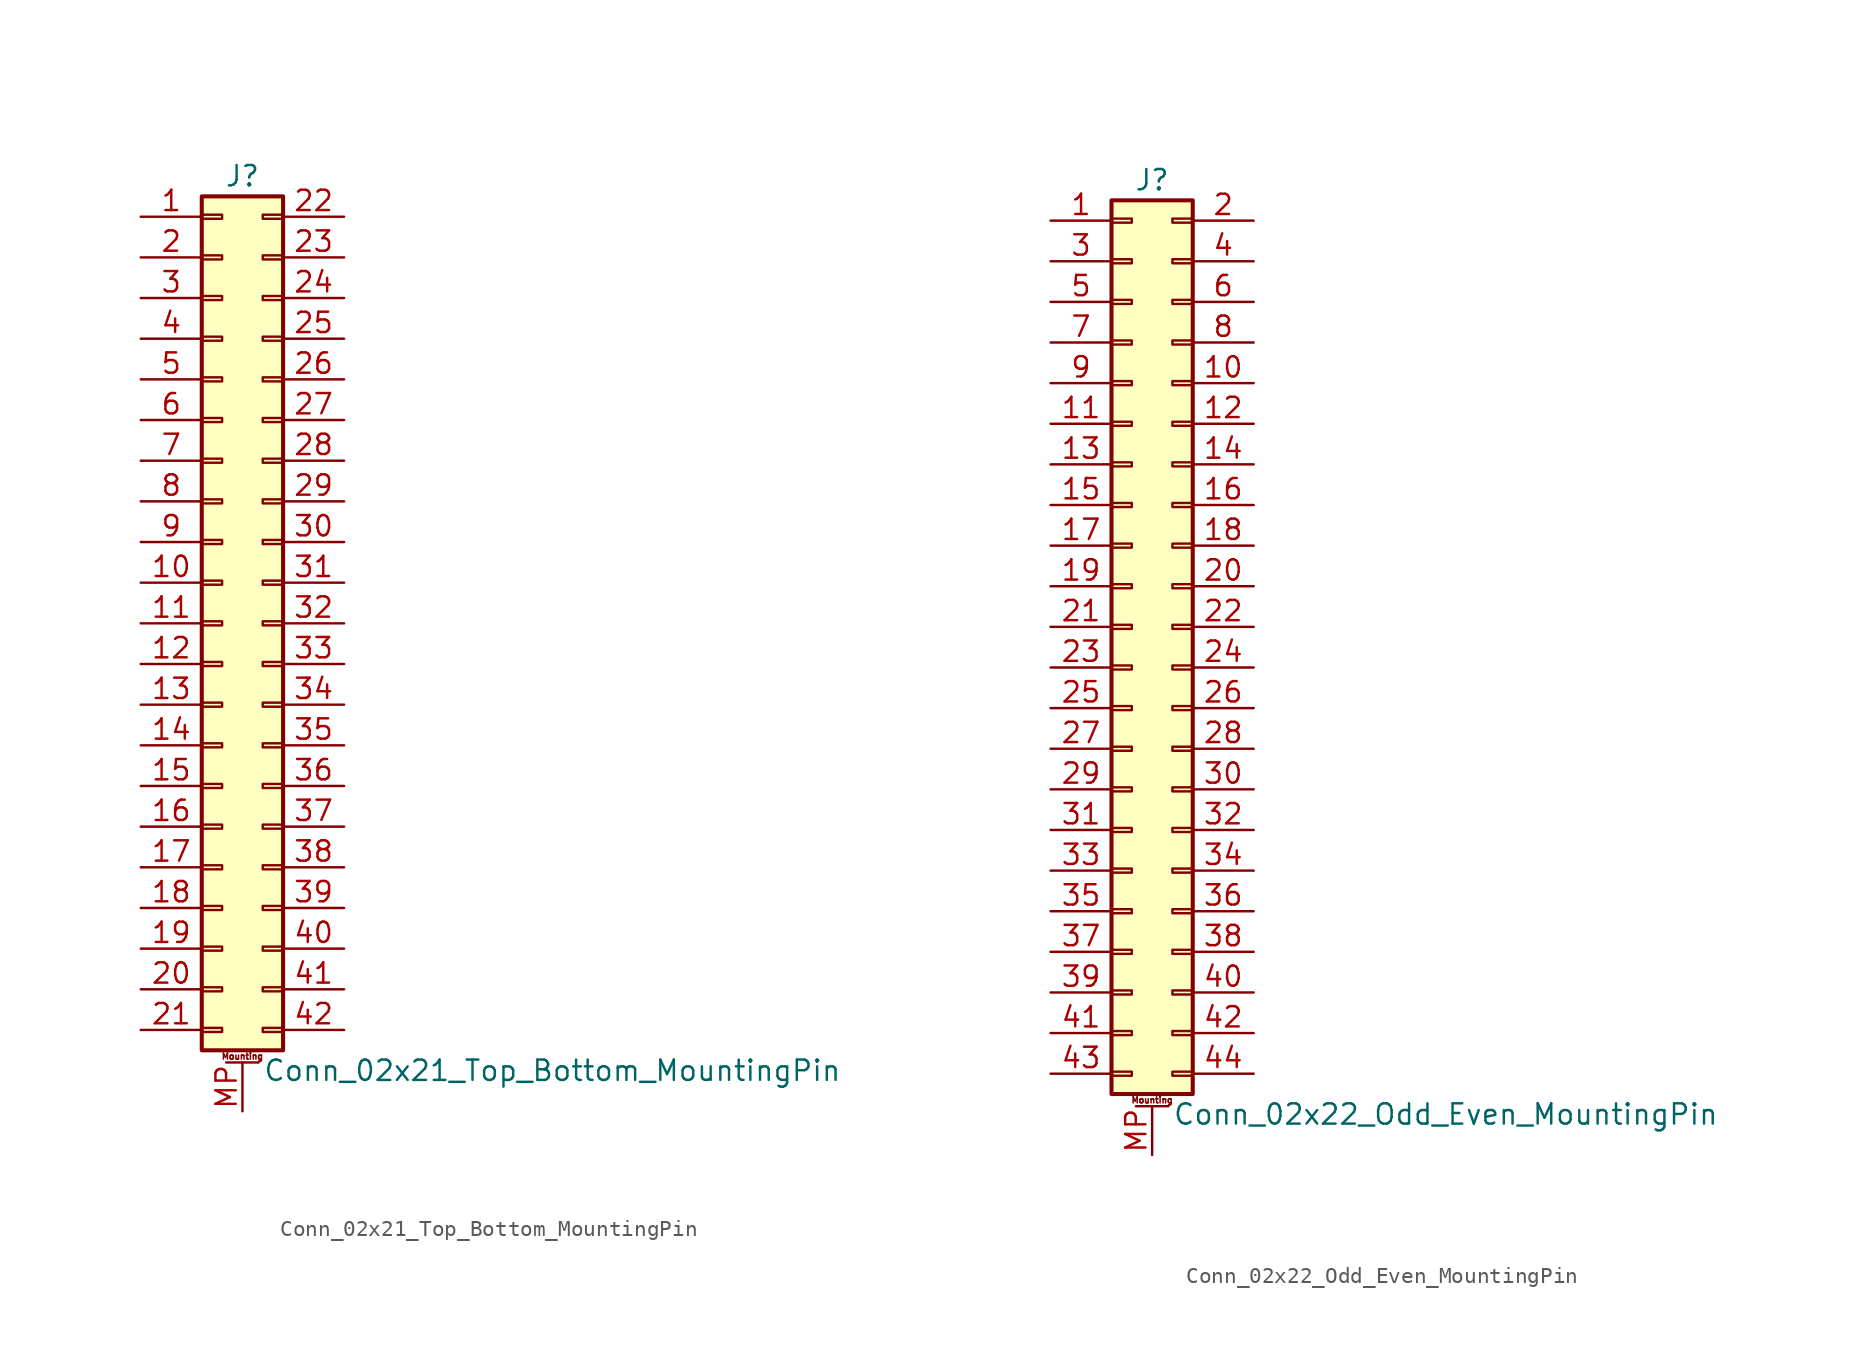
<source format=kicad_sym>
(kicad_symbol_lib
  (version 20201005)
  (generator kicad_symbol_editor)
  (symbol "Connector_Generic_MountingPin:Conn_02x21_Top_Bottom_MountingPin"
    (pin_names
      (offset 1.016) hide)
    (property "Reference" "J"
      (at 1.27 27.94 0)
      (effects (font (size 1.27 1.27))))
    (property "Value" "Conn_02x21_Top_Bottom_MountingPin"
      (at 2.54 -27.94 0)
      (effects (font (size 1.27 1.27)) (justify left)))
    (symbol "Conn_02x21_Top_Bottom_MountingPin_1_1"
      (text "Mounting" (at 1.27 -27.051 0) (effects (font (size 0.381 0.381))))
      (rectangle (start -1.27 -4.953) (end 0 -5.207) (stroke (width 0.152)) (fill (type none)))
      (rectangle (start -1.27 -7.493) (end 0 -7.747) (stroke (width 0.152)) (fill (type none)))
      (rectangle (start -1.27 -10.033) (end 0 -10.287) (stroke (width 0.152)) (fill (type none)))
      (rectangle (start -1.27 -12.573) (end 0 -12.827) (stroke (width 0.152)) (fill (type none)))
      (rectangle (start -1.27 -15.113) (end 0 -15.367) (stroke (width 0.152)) (fill (type none)))
      (rectangle (start -1.27 -17.653) (end 0 -17.907) (stroke (width 0.152)) (fill (type none)))
      (rectangle (start -1.27 -20.193) (end 0 -20.447) (stroke (width 0.152)) (fill (type none)))
      (rectangle (start -1.27 -22.733) (end 0 -22.987) (stroke (width 0.152)) (fill (type none)))
      (rectangle (start -1.27 -2.413) (end 0 -2.667) (stroke (width 0.152)) (fill (type none)))
      (rectangle (start -1.27 -25.273) (end 0 -25.527) (stroke (width 0.152)) (fill (type none)))
      (rectangle (start -1.27 25.527) (end 0 25.273) (stroke (width 0.152)) (fill (type none)))
      (rectangle (start -1.27 2.667) (end 0 2.413) (stroke (width 0.152)) (fill (type none)))
      (rectangle (start -1.27 26.67) (end 3.81 -26.67) (stroke (width 0.254)) (fill (type background)))
      (rectangle (start -1.27 5.207) (end 0 4.953) (stroke (width 0.152)) (fill (type none)))
      (rectangle (start -1.27 7.747) (end 0 7.493) (stroke (width 0.152)) (fill (type none)))
      (rectangle (start -1.27 10.287) (end 0 10.033) (stroke (width 0.152)) (fill (type none)))
      (rectangle (start -1.27 0.127) (end 0 -0.127) (stroke (width 0.152)) (fill (type none)))
      (rectangle (start -1.27 12.827) (end 0 12.573) (stroke (width 0.152)) (fill (type none)))
      (rectangle (start -1.27 15.367) (end 0 15.113) (stroke (width 0.152)) (fill (type none)))
      (rectangle (start -1.27 17.907) (end 0 17.653) (stroke (width 0.152)) (fill (type none)))
      (rectangle (start -1.27 20.447) (end 0 20.193) (stroke (width 0.152)) (fill (type none)))
      (rectangle (start -1.27 22.987) (end 0 22.733) (stroke (width 0.152)) (fill (type none)))
      (rectangle (start 3.81 -4.953) (end 2.54 -5.207) (stroke (width 0.152)) (fill (type none)))
      (rectangle (start 3.81 -7.493) (end 2.54 -7.747) (stroke (width 0.152)) (fill (type none)))
      (rectangle (start 3.81 -10.033) (end 2.54 -10.287) (stroke (width 0.152)) (fill (type none)))
      (rectangle (start 3.81 -12.573) (end 2.54 -12.827) (stroke (width 0.152)) (fill (type none)))
      (rectangle (start 3.81 -15.113) (end 2.54 -15.367) (stroke (width 0.152)) (fill (type none)))
      (rectangle (start 3.81 -17.653) (end 2.54 -17.907) (stroke (width 0.152)) (fill (type none)))
      (rectangle (start 3.81 -20.193) (end 2.54 -20.447) (stroke (width 0.152)) (fill (type none)))
      (rectangle (start 3.81 -22.733) (end 2.54 -22.987) (stroke (width 0.152)) (fill (type none)))
      (rectangle (start 3.81 -2.413) (end 2.54 -2.667) (stroke (width 0.152)) (fill (type none)))
      (rectangle (start 3.81 -25.273) (end 2.54 -25.527) (stroke (width 0.152)) (fill (type none)))
      (rectangle (start 3.81 25.527) (end 2.54 25.273) (stroke (width 0.152)) (fill (type none)))
      (rectangle (start 3.81 2.667) (end 2.54 2.413) (stroke (width 0.152)) (fill (type none)))
      (rectangle (start 3.81 5.207) (end 2.54 4.953) (stroke (width 0.152)) (fill (type none)))
      (rectangle (start 3.81 7.747) (end 2.54 7.493) (stroke (width 0.152)) (fill (type none)))
      (rectangle (start 3.81 10.287) (end 2.54 10.033) (stroke (width 0.152)) (fill (type none)))
      (rectangle (start 3.81 0.127) (end 2.54 -0.127) (stroke (width 0.152)) (fill (type none)))
      (rectangle (start 3.81 12.827) (end 2.54 12.573) (stroke (width 0.152)) (fill (type none)))
      (rectangle (start 3.81 15.367) (end 2.54 15.113) (stroke (width 0.152)) (fill (type none)))
      (rectangle (start 3.81 17.907) (end 2.54 17.653) (stroke (width 0.152)) (fill (type none)))
      (rectangle (start 3.81 20.447) (end 2.54 20.193) (stroke (width 0.152)) (fill (type none)))
      (rectangle (start 3.81 22.987) (end 2.54 22.733) (stroke (width 0.152)) (fill (type none)))
      (polyline (pts (xy 0.254 -27.432) (xy 2.286 -27.432)) (stroke (width 0.152)) (fill (type none)))
      (pin passive line (at 1.27 -30.48 90) (length 3.048) (name "MountPin" (effects (font (size 1.27 1.27)))) (number "MP" (effects (font (size 1.27 1.27)))))
      (pin passive line (at -5.08 25.4 0) (length 3.81) (name "Pin_1" (effects (font (size 1.27 1.27)))) (number "1" (effects (font (size 1.27 1.27)))))
      (pin passive line (at -5.08 2.54 0) (length 3.81) (name "Pin_10" (effects (font (size 1.27 1.27)))) (number "10" (effects (font (size 1.27 1.27)))))
      (pin passive line (at -5.08 0 0) (length 3.81) (name "Pin_11" (effects (font (size 1.27 1.27)))) (number "11" (effects (font (size 1.27 1.27)))))
      (pin passive line (at -5.08 -2.54 0) (length 3.81) (name "Pin_12" (effects (font (size 1.27 1.27)))) (number "12" (effects (font (size 1.27 1.27)))))
      (pin passive line (at -5.08 -5.08 0) (length 3.81) (name "Pin_13" (effects (font (size 1.27 1.27)))) (number "13" (effects (font (size 1.27 1.27)))))
      (pin passive line (at -5.08 -7.62 0) (length 3.81) (name "Pin_14" (effects (font (size 1.27 1.27)))) (number "14" (effects (font (size 1.27 1.27)))))
      (pin passive line (at -5.08 -10.16 0) (length 3.81) (name "Pin_15" (effects (font (size 1.27 1.27)))) (number "15" (effects (font (size 1.27 1.27)))))
      (pin passive line (at -5.08 -12.7 0) (length 3.81) (name "Pin_16" (effects (font (size 1.27 1.27)))) (number "16" (effects (font (size 1.27 1.27)))))
      (pin passive line (at -5.08 -15.24 0) (length 3.81) (name "Pin_17" (effects (font (size 1.27 1.27)))) (number "17" (effects (font (size 1.27 1.27)))))
      (pin passive line (at -5.08 -17.78 0) (length 3.81) (name "Pin_18" (effects (font (size 1.27 1.27)))) (number "18" (effects (font (size 1.27 1.27)))))
      (pin passive line (at -5.08 -20.32 0) (length 3.81) (name "Pin_19" (effects (font (size 1.27 1.27)))) (number "19" (effects (font (size 1.27 1.27)))))
      (pin passive line (at -5.08 22.86 0) (length 3.81) (name "Pin_2" (effects (font (size 1.27 1.27)))) (number "2" (effects (font (size 1.27 1.27)))))
      (pin passive line (at -5.08 -22.86 0) (length 3.81) (name "Pin_20" (effects (font (size 1.27 1.27)))) (number "20" (effects (font (size 1.27 1.27)))))
      (pin passive line (at -5.08 -25.4 0) (length 3.81) (name "Pin_21" (effects (font (size 1.27 1.27)))) (number "21" (effects (font (size 1.27 1.27)))))
      (pin passive line (at 7.62 25.4 180) (length 3.81) (name "Pin_22" (effects (font (size 1.27 1.27)))) (number "22" (effects (font (size 1.27 1.27)))))
      (pin passive line (at 7.62 22.86 180) (length 3.81) (name "Pin_23" (effects (font (size 1.27 1.27)))) (number "23" (effects (font (size 1.27 1.27)))))
      (pin passive line (at 7.62 20.32 180) (length 3.81) (name "Pin_24" (effects (font (size 1.27 1.27)))) (number "24" (effects (font (size 1.27 1.27)))))
      (pin passive line (at 7.62 17.78 180) (length 3.81) (name "Pin_25" (effects (font (size 1.27 1.27)))) (number "25" (effects (font (size 1.27 1.27)))))
      (pin passive line (at 7.62 15.24 180) (length 3.81) (name "Pin_26" (effects (font (size 1.27 1.27)))) (number "26" (effects (font (size 1.27 1.27)))))
      (pin passive line (at 7.62 12.7 180) (length 3.81) (name "Pin_27" (effects (font (size 1.27 1.27)))) (number "27" (effects (font (size 1.27 1.27)))))
      (pin passive line (at 7.62 10.16 180) (length 3.81) (name "Pin_28" (effects (font (size 1.27 1.27)))) (number "28" (effects (font (size 1.27 1.27)))))
      (pin passive line (at 7.62 7.62 180) (length 3.81) (name "Pin_29" (effects (font (size 1.27 1.27)))) (number "29" (effects (font (size 1.27 1.27)))))
      (pin passive line (at -5.08 20.32 0) (length 3.81) (name "Pin_3" (effects (font (size 1.27 1.27)))) (number "3" (effects (font (size 1.27 1.27)))))
      (pin passive line (at 7.62 5.08 180) (length 3.81) (name "Pin_30" (effects (font (size 1.27 1.27)))) (number "30" (effects (font (size 1.27 1.27)))))
      (pin passive line (at 7.62 2.54 180) (length 3.81) (name "Pin_31" (effects (font (size 1.27 1.27)))) (number "31" (effects (font (size 1.27 1.27)))))
      (pin passive line (at 7.62 0 180) (length 3.81) (name "Pin_32" (effects (font (size 1.27 1.27)))) (number "32" (effects (font (size 1.27 1.27)))))
      (pin passive line (at 7.62 -2.54 180) (length 3.81) (name "Pin_33" (effects (font (size 1.27 1.27)))) (number "33" (effects (font (size 1.27 1.27)))))
      (pin passive line (at 7.62 -5.08 180) (length 3.81) (name "Pin_34" (effects (font (size 1.27 1.27)))) (number "34" (effects (font (size 1.27 1.27)))))
      (pin passive line (at 7.62 -7.62 180) (length 3.81) (name "Pin_35" (effects (font (size 1.27 1.27)))) (number "35" (effects (font (size 1.27 1.27)))))
      (pin passive line (at 7.62 -10.16 180) (length 3.81) (name "Pin_36" (effects (font (size 1.27 1.27)))) (number "36" (effects (font (size 1.27 1.27)))))
      (pin passive line (at 7.62 -12.7 180) (length 3.81) (name "Pin_37" (effects (font (size 1.27 1.27)))) (number "37" (effects (font (size 1.27 1.27)))))
      (pin passive line (at 7.62 -15.24 180) (length 3.81) (name "Pin_38" (effects (font (size 1.27 1.27)))) (number "38" (effects (font (size 1.27 1.27)))))
      (pin passive line (at 7.62 -17.78 180) (length 3.81) (name "Pin_39" (effects (font (size 1.27 1.27)))) (number "39" (effects (font (size 1.27 1.27)))))
      (pin passive line (at -5.08 17.78 0) (length 3.81) (name "Pin_4" (effects (font (size 1.27 1.27)))) (number "4" (effects (font (size 1.27 1.27)))))
      (pin passive line (at 7.62 -20.32 180) (length 3.81) (name "Pin_40" (effects (font (size 1.27 1.27)))) (number "40" (effects (font (size 1.27 1.27)))))
      (pin passive line (at 7.62 -22.86 180) (length 3.81) (name "Pin_41" (effects (font (size 1.27 1.27)))) (number "41" (effects (font (size 1.27 1.27)))))
      (pin passive line (at 7.62 -25.4 180) (length 3.81) (name "Pin_42" (effects (font (size 1.27 1.27)))) (number "42" (effects (font (size 1.27 1.27)))))
      (pin passive line (at -5.08 15.24 0) (length 3.81) (name "Pin_5" (effects (font (size 1.27 1.27)))) (number "5" (effects (font (size 1.27 1.27)))))
      (pin passive line (at -5.08 12.7 0) (length 3.81) (name "Pin_6" (effects (font (size 1.27 1.27)))) (number "6" (effects (font (size 1.27 1.27)))))
      (pin passive line (at -5.08 10.16 0) (length 3.81) (name "Pin_7" (effects (font (size 1.27 1.27)))) (number "7" (effects (font (size 1.27 1.27)))))
      (pin passive line (at -5.08 7.62 0) (length 3.81) (name "Pin_8" (effects (font (size 1.27 1.27)))) (number "8" (effects (font (size 1.27 1.27)))))
      (pin passive line (at -5.08 5.08 0) (length 3.81) (name "Pin_9" (effects (font (size 1.27 1.27)))) (number "9" (effects (font (size 1.27 1.27)))))))
  (symbol "Connector_Generic_MountingPin:Conn_02x22_Odd_Even_MountingPin"
    (pin_names
      (offset 1.016) hide)
    (property "Reference" "J"
      (at 1.27 27.94 0)
      (effects (font (size 1.27 1.27))))
    (property "Value" "Conn_02x22_Odd_Even_MountingPin"
      (at 2.54 -30.48 0)
      (effects (font (size 1.27 1.27)) (justify left)))
    (symbol "Conn_02x22_Odd_Even_MountingPin_1_1"
      (text "Mounting" (at 1.27 -29.591 0) (effects (font (size 0.381 0.381))))
      (rectangle (start -1.27 -27.813) (end 0 -28.067) (stroke (width 0.152)) (fill (type none)))
      (rectangle (start -1.27 -4.953) (end 0 -5.207) (stroke (width 0.152)) (fill (type none)))
      (rectangle (start -1.27 -7.493) (end 0 -7.747) (stroke (width 0.152)) (fill (type none)))
      (rectangle (start -1.27 -10.033) (end 0 -10.287) (stroke (width 0.152)) (fill (type none)))
      (rectangle (start -1.27 -12.573) (end 0 -12.827) (stroke (width 0.152)) (fill (type none)))
      (rectangle (start -1.27 -15.113) (end 0 -15.367) (stroke (width 0.152)) (fill (type none)))
      (rectangle (start -1.27 -17.653) (end 0 -17.907) (stroke (width 0.152)) (fill (type none)))
      (rectangle (start -1.27 -20.193) (end 0 -20.447) (stroke (width 0.152)) (fill (type none)))
      (rectangle (start -1.27 -22.733) (end 0 -22.987) (stroke (width 0.152)) (fill (type none)))
      (rectangle (start -1.27 -2.413) (end 0 -2.667) (stroke (width 0.152)) (fill (type none)))
      (rectangle (start -1.27 -25.273) (end 0 -25.527) (stroke (width 0.152)) (fill (type none)))
      (rectangle (start -1.27 25.527) (end 0 25.273) (stroke (width 0.152)) (fill (type none)))
      (rectangle (start -1.27 2.667) (end 0 2.413) (stroke (width 0.152)) (fill (type none)))
      (rectangle (start -1.27 26.67) (end 3.81 -29.21) (stroke (width 0.254)) (fill (type background)))
      (rectangle (start -1.27 5.207) (end 0 4.953) (stroke (width 0.152)) (fill (type none)))
      (rectangle (start -1.27 7.747) (end 0 7.493) (stroke (width 0.152)) (fill (type none)))
      (rectangle (start -1.27 10.287) (end 0 10.033) (stroke (width 0.152)) (fill (type none)))
      (rectangle (start -1.27 0.127) (end 0 -0.127) (stroke (width 0.152)) (fill (type none)))
      (rectangle (start -1.27 12.827) (end 0 12.573) (stroke (width 0.152)) (fill (type none)))
      (rectangle (start -1.27 15.367) (end 0 15.113) (stroke (width 0.152)) (fill (type none)))
      (rectangle (start -1.27 17.907) (end 0 17.653) (stroke (width 0.152)) (fill (type none)))
      (rectangle (start -1.27 20.447) (end 0 20.193) (stroke (width 0.152)) (fill (type none)))
      (rectangle (start -1.27 22.987) (end 0 22.733) (stroke (width 0.152)) (fill (type none)))
      (rectangle (start 3.81 -27.813) (end 2.54 -28.067) (stroke (width 0.152)) (fill (type none)))
      (rectangle (start 3.81 -4.953) (end 2.54 -5.207) (stroke (width 0.152)) (fill (type none)))
      (rectangle (start 3.81 -7.493) (end 2.54 -7.747) (stroke (width 0.152)) (fill (type none)))
      (rectangle (start 3.81 -10.033) (end 2.54 -10.287) (stroke (width 0.152)) (fill (type none)))
      (rectangle (start 3.81 -12.573) (end 2.54 -12.827) (stroke (width 0.152)) (fill (type none)))
      (rectangle (start 3.81 -15.113) (end 2.54 -15.367) (stroke (width 0.152)) (fill (type none)))
      (rectangle (start 3.81 -17.653) (end 2.54 -17.907) (stroke (width 0.152)) (fill (type none)))
      (rectangle (start 3.81 -20.193) (end 2.54 -20.447) (stroke (width 0.152)) (fill (type none)))
      (rectangle (start 3.81 -22.733) (end 2.54 -22.987) (stroke (width 0.152)) (fill (type none)))
      (rectangle (start 3.81 -2.413) (end 2.54 -2.667) (stroke (width 0.152)) (fill (type none)))
      (rectangle (start 3.81 -25.273) (end 2.54 -25.527) (stroke (width 0.152)) (fill (type none)))
      (rectangle (start 3.81 25.527) (end 2.54 25.273) (stroke (width 0.152)) (fill (type none)))
      (rectangle (start 3.81 2.667) (end 2.54 2.413) (stroke (width 0.152)) (fill (type none)))
      (rectangle (start 3.81 5.207) (end 2.54 4.953) (stroke (width 0.152)) (fill (type none)))
      (rectangle (start 3.81 7.747) (end 2.54 7.493) (stroke (width 0.152)) (fill (type none)))
      (rectangle (start 3.81 10.287) (end 2.54 10.033) (stroke (width 0.152)) (fill (type none)))
      (rectangle (start 3.81 0.127) (end 2.54 -0.127) (stroke (width 0.152)) (fill (type none)))
      (rectangle (start 3.81 12.827) (end 2.54 12.573) (stroke (width 0.152)) (fill (type none)))
      (rectangle (start 3.81 15.367) (end 2.54 15.113) (stroke (width 0.152)) (fill (type none)))
      (rectangle (start 3.81 17.907) (end 2.54 17.653) (stroke (width 0.152)) (fill (type none)))
      (rectangle (start 3.81 20.447) (end 2.54 20.193) (stroke (width 0.152)) (fill (type none)))
      (rectangle (start 3.81 22.987) (end 2.54 22.733) (stroke (width 0.152)) (fill (type none)))
      (polyline (pts (xy 0.254 -29.972) (xy 2.286 -29.972)) (stroke (width 0.152)) (fill (type none)))
      (pin passive line (at 1.27 -33.02 90) (length 3.048) (name "MountPin" (effects (font (size 1.27 1.27)))) (number "MP" (effects (font (size 1.27 1.27)))))
      (pin passive line (at -5.08 25.4 0) (length 3.81) (name "Pin_1" (effects (font (size 1.27 1.27)))) (number "1" (effects (font (size 1.27 1.27)))))
      (pin passive line (at 7.62 15.24 180) (length 3.81) (name "Pin_10" (effects (font (size 1.27 1.27)))) (number "10" (effects (font (size 1.27 1.27)))))
      (pin passive line (at -5.08 12.7 0) (length 3.81) (name "Pin_11" (effects (font (size 1.27 1.27)))) (number "11" (effects (font (size 1.27 1.27)))))
      (pin passive line (at 7.62 12.7 180) (length 3.81) (name "Pin_12" (effects (font (size 1.27 1.27)))) (number "12" (effects (font (size 1.27 1.27)))))
      (pin passive line (at -5.08 10.16 0) (length 3.81) (name "Pin_13" (effects (font (size 1.27 1.27)))) (number "13" (effects (font (size 1.27 1.27)))))
      (pin passive line (at 7.62 10.16 180) (length 3.81) (name "Pin_14" (effects (font (size 1.27 1.27)))) (number "14" (effects (font (size 1.27 1.27)))))
      (pin passive line (at -5.08 7.62 0) (length 3.81) (name "Pin_15" (effects (font (size 1.27 1.27)))) (number "15" (effects (font (size 1.27 1.27)))))
      (pin passive line (at 7.62 7.62 180) (length 3.81) (name "Pin_16" (effects (font (size 1.27 1.27)))) (number "16" (effects (font (size 1.27 1.27)))))
      (pin passive line (at -5.08 5.08 0) (length 3.81) (name "Pin_17" (effects (font (size 1.27 1.27)))) (number "17" (effects (font (size 1.27 1.27)))))
      (pin passive line (at 7.62 5.08 180) (length 3.81) (name "Pin_18" (effects (font (size 1.27 1.27)))) (number "18" (effects (font (size 1.27 1.27)))))
      (pin passive line (at -5.08 2.54 0) (length 3.81) (name "Pin_19" (effects (font (size 1.27 1.27)))) (number "19" (effects (font (size 1.27 1.27)))))
      (pin passive line (at 7.62 25.4 180) (length 3.81) (name "Pin_2" (effects (font (size 1.27 1.27)))) (number "2" (effects (font (size 1.27 1.27)))))
      (pin passive line (at 7.62 2.54 180) (length 3.81) (name "Pin_20" (effects (font (size 1.27 1.27)))) (number "20" (effects (font (size 1.27 1.27)))))
      (pin passive line (at -5.08 0 0) (length 3.81) (name "Pin_21" (effects (font (size 1.27 1.27)))) (number "21" (effects (font (size 1.27 1.27)))))
      (pin passive line (at 7.62 0 180) (length 3.81) (name "Pin_22" (effects (font (size 1.27 1.27)))) (number "22" (effects (font (size 1.27 1.27)))))
      (pin passive line (at -5.08 -2.54 0) (length 3.81) (name "Pin_23" (effects (font (size 1.27 1.27)))) (number "23" (effects (font (size 1.27 1.27)))))
      (pin passive line (at 7.62 -2.54 180) (length 3.81) (name "Pin_24" (effects (font (size 1.27 1.27)))) (number "24" (effects (font (size 1.27 1.27)))))
      (pin passive line (at -5.08 -5.08 0) (length 3.81) (name "Pin_25" (effects (font (size 1.27 1.27)))) (number "25" (effects (font (size 1.27 1.27)))))
      (pin passive line (at 7.62 -5.08 180) (length 3.81) (name "Pin_26" (effects (font (size 1.27 1.27)))) (number "26" (effects (font (size 1.27 1.27)))))
      (pin passive line (at -5.08 -7.62 0) (length 3.81) (name "Pin_27" (effects (font (size 1.27 1.27)))) (number "27" (effects (font (size 1.27 1.27)))))
      (pin passive line (at 7.62 -7.62 180) (length 3.81) (name "Pin_28" (effects (font (size 1.27 1.27)))) (number "28" (effects (font (size 1.27 1.27)))))
      (pin passive line (at -5.08 -10.16 0) (length 3.81) (name "Pin_29" (effects (font (size 1.27 1.27)))) (number "29" (effects (font (size 1.27 1.27)))))
      (pin passive line (at -5.08 22.86 0) (length 3.81) (name "Pin_3" (effects (font (size 1.27 1.27)))) (number "3" (effects (font (size 1.27 1.27)))))
      (pin passive line (at 7.62 -10.16 180) (length 3.81) (name "Pin_30" (effects (font (size 1.27 1.27)))) (number "30" (effects (font (size 1.27 1.27)))))
      (pin passive line (at -5.08 -12.7 0) (length 3.81) (name "Pin_31" (effects (font (size 1.27 1.27)))) (number "31" (effects (font (size 1.27 1.27)))))
      (pin passive line (at 7.62 -12.7 180) (length 3.81) (name "Pin_32" (effects (font (size 1.27 1.27)))) (number "32" (effects (font (size 1.27 1.27)))))
      (pin passive line (at -5.08 -15.24 0) (length 3.81) (name "Pin_33" (effects (font (size 1.27 1.27)))) (number "33" (effects (font (size 1.27 1.27)))))
      (pin passive line (at 7.62 -15.24 180) (length 3.81) (name "Pin_34" (effects (font (size 1.27 1.27)))) (number "34" (effects (font (size 1.27 1.27)))))
      (pin passive line (at -5.08 -17.78 0) (length 3.81) (name "Pin_35" (effects (font (size 1.27 1.27)))) (number "35" (effects (font (size 1.27 1.27)))))
      (pin passive line (at 7.62 -17.78 180) (length 3.81) (name "Pin_36" (effects (font (size 1.27 1.27)))) (number "36" (effects (font (size 1.27 1.27)))))
      (pin passive line (at -5.08 -20.32 0) (length 3.81) (name "Pin_37" (effects (font (size 1.27 1.27)))) (number "37" (effects (font (size 1.27 1.27)))))
      (pin passive line (at 7.62 -20.32 180) (length 3.81) (name "Pin_38" (effects (font (size 1.27 1.27)))) (number "38" (effects (font (size 1.27 1.27)))))
      (pin passive line (at -5.08 -22.86 0) (length 3.81) (name "Pin_39" (effects (font (size 1.27 1.27)))) (number "39" (effects (font (size 1.27 1.27)))))
      (pin passive line (at 7.62 22.86 180) (length 3.81) (name "Pin_4" (effects (font (size 1.27 1.27)))) (number "4" (effects (font (size 1.27 1.27)))))
      (pin passive line (at 7.62 -22.86 180) (length 3.81) (name "Pin_40" (effects (font (size 1.27 1.27)))) (number "40" (effects (font (size 1.27 1.27)))))
      (pin passive line (at -5.08 -25.4 0) (length 3.81) (name "Pin_41" (effects (font (size 1.27 1.27)))) (number "41" (effects (font (size 1.27 1.27)))))
      (pin passive line (at 7.62 -25.4 180) (length 3.81) (name "Pin_42" (effects (font (size 1.27 1.27)))) (number "42" (effects (font (size 1.27 1.27)))))
      (pin passive line (at -5.08 -27.94 0) (length 3.81) (name "Pin_43" (effects (font (size 1.27 1.27)))) (number "43" (effects (font (size 1.27 1.27)))))
      (pin passive line (at 7.62 -27.94 180) (length 3.81) (name "Pin_44" (effects (font (size 1.27 1.27)))) (number "44" (effects (font (size 1.27 1.27)))))
      (pin passive line (at -5.08 20.32 0) (length 3.81) (name "Pin_5" (effects (font (size 1.27 1.27)))) (number "5" (effects (font (size 1.27 1.27)))))
      (pin passive line (at 7.62 20.32 180) (length 3.81) (name "Pin_6" (effects (font (size 1.27 1.27)))) (number "6" (effects (font (size 1.27 1.27)))))
      (pin passive line (at -5.08 17.78 0) (length 3.81) (name "Pin_7" (effects (font (size 1.27 1.27)))) (number "7" (effects (font (size 1.27 1.27)))))
      (pin passive line (at 7.62 17.78 180) (length 3.81) (name "Pin_8" (effects (font (size 1.27 1.27)))) (number "8" (effects (font (size 1.27 1.27)))))
      (pin passive line (at -5.08 15.24 0) (length 3.81) (name "Pin_9" (effects (font (size 1.27 1.27)))) (number "9" (effects (font (size 1.27 1.27))))))))
</source>
